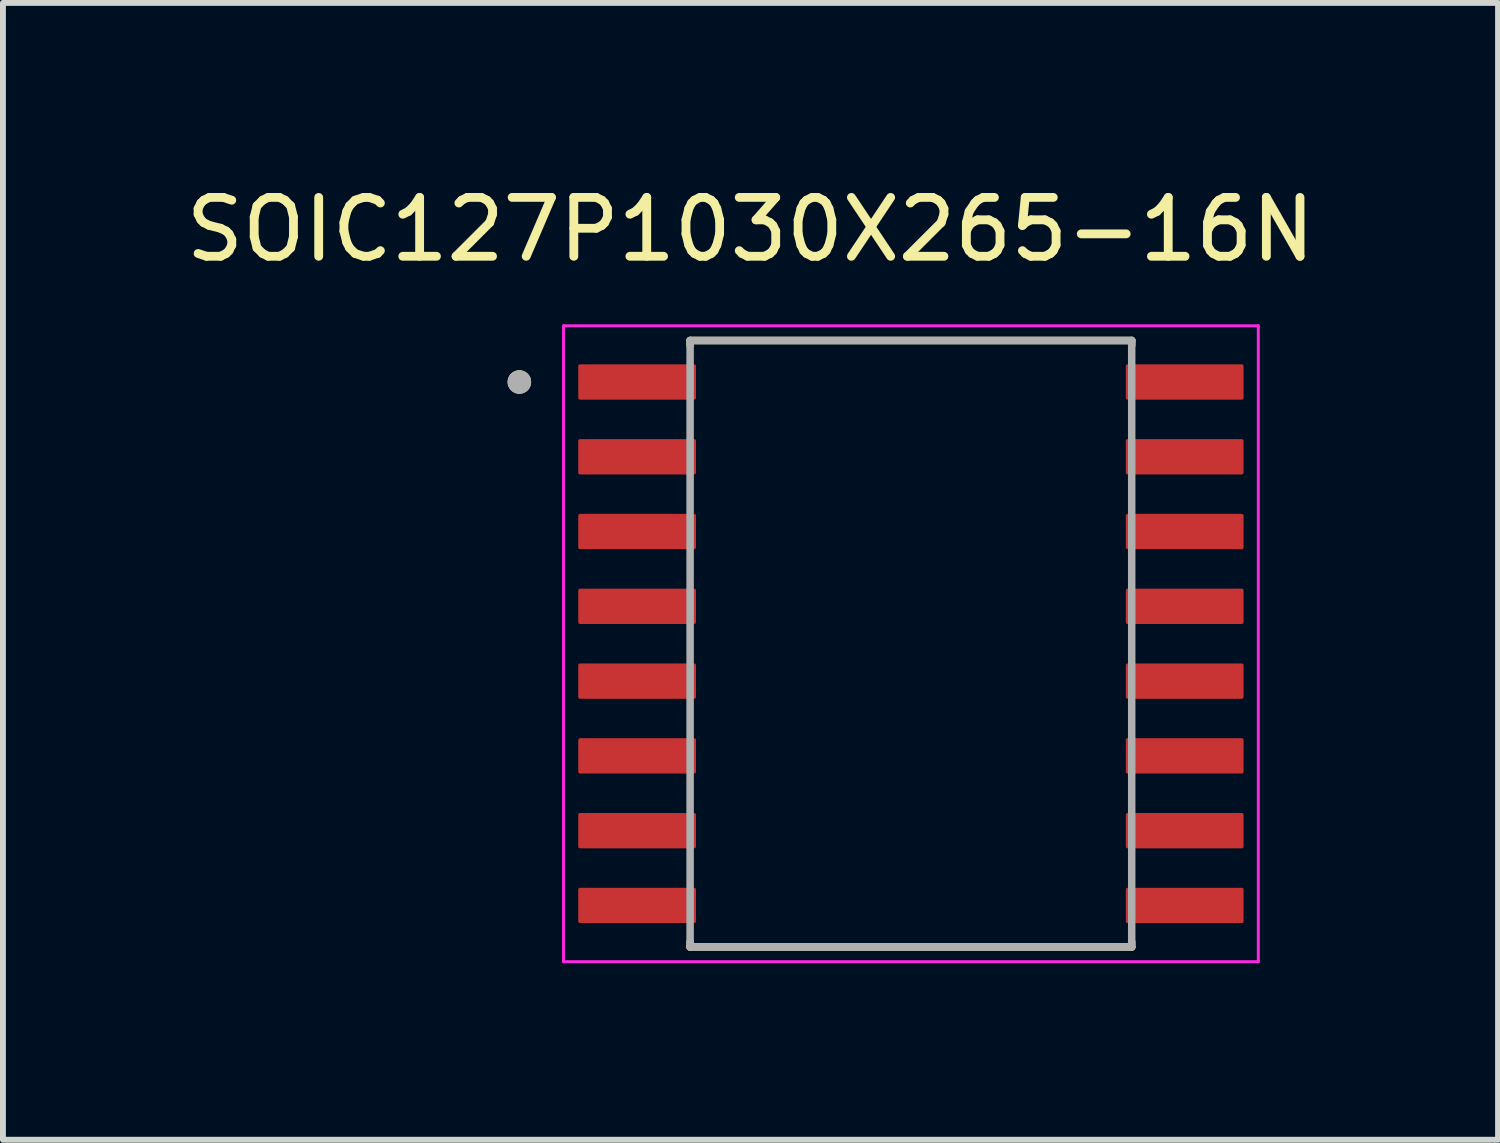
<source format=kicad_pcb>
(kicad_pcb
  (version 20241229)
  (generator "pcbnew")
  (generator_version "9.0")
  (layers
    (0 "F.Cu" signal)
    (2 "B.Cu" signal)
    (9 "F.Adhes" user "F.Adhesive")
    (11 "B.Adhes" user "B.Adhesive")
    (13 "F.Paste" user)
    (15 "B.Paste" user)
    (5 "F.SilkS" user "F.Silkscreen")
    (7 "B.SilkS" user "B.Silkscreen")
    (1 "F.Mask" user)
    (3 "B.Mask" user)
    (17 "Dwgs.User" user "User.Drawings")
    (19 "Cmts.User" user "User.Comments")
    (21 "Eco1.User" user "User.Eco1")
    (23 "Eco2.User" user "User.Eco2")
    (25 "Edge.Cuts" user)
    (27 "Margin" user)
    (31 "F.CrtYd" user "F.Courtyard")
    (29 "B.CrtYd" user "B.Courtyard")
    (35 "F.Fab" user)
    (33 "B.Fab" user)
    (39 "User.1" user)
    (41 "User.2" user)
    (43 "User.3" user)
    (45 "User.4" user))
  (footprint "SOIC127P1030X265-16N"
    (layer "F.Cu")
    (at 12.421 7.883)
    (property "Reference" "SOIC127P1030X265-16N" (at -2.725 -7.035 0) (layer "F.SilkS") (effects (font (size 1 1) (thickness 0.15))))
    (attr smd)
    (fp_poly (pts (xy -3.58 -4.765) (xy -3.58 -4.125) (xy -3.58 -4.122) (xy -3.58 -4.12) (xy -3.581 -4.117) (xy -3.581 -4.115) (xy -3.582 -4.112) (xy -3.582 -4.11) (xy -3.583 -4.107) (xy -3.584 -4.105) (xy -3.585 -4.102) (xy -3.587 -4.1) (xy -3.588 -4.098) (xy -3.59 -4.096) (xy -3.591 -4.094) (xy -3.593 -4.092) (xy -3.595 -4.09) (xy -3.597 -4.088) (xy -3.599 -4.086) (xy -3.601 -4.085) (xy -3.603 -4.083) (xy -3.605 -4.082) (xy -3.607 -4.08) (xy -3.61 -4.079) (xy -3.612 -4.078) (xy -3.615 -4.077) (xy -3.617 -4.077) (xy -3.62 -4.076) (xy -3.622 -4.076) (xy -3.625 -4.075) (xy -3.627 -4.075) (xy -3.63 -4.075) (xy -5.67 -4.075) (xy -5.673 -4.075) (xy -5.675 -4.075) (xy -5.678 -4.076) (xy -5.68 -4.076) (xy -5.683 -4.077) (xy -5.685 -4.077) (xy -5.688 -4.078) (xy -5.69 -4.079) (xy -5.693 -4.08) (xy -5.695 -4.082) (xy -5.697 -4.083) (xy -5.699 -4.085) (xy -5.701 -4.086) (xy -5.703 -4.088) (xy -5.705 -4.09) (xy -5.707 -4.092) (xy -5.709 -4.094) (xy -5.71 -4.096) (xy -5.712 -4.098) (xy -5.713 -4.1) (xy -5.715 -4.102) (xy -5.716 -4.105) (xy -5.717 -4.107) (xy -5.718 -4.11) (xy -5.718 -4.112) (xy -5.719 -4.115) (xy -5.719 -4.117) (xy -5.72 -4.12) (xy -5.72 -4.122) (xy -5.72 -4.125) (xy -5.72 -4.765) (xy -5.72 -4.768) (xy -5.72 -4.77) (xy -5.719 -4.773) (xy -5.719 -4.775) (xy -5.718 -4.778) (xy -5.718 -4.78) (xy -5.717 -4.783) (xy -5.716 -4.785) (xy -5.715 -4.788) (xy -5.713 -4.79) (xy -5.712 -4.792) (xy -5.71 -4.794) (xy -5.709 -4.796) (xy -5.707 -4.798) (xy -5.705 -4.8) (xy -5.703 -4.802) (xy -5.701 -4.804) (xy -5.699 -4.805) (xy -5.697 -4.807) (xy -5.695 -4.808) (xy -5.693 -4.81) (xy -5.69 -4.811) (xy -5.688 -4.812) (xy -5.685 -4.813) (xy -5.683 -4.813) (xy -5.68 -4.814) (xy -5.678 -4.814) (xy -5.675 -4.815) (xy -5.673 -4.815) (xy -5.67 -4.815) (xy -3.63 -4.815) (xy -3.627 -4.815) (xy -3.625 -4.815) (xy -3.622 -4.814) (xy -3.62 -4.814) (xy -3.617 -4.813) (xy -3.615 -4.813) (xy -3.612 -4.812) (xy -3.61 -4.811) (xy -3.607 -4.81) (xy -3.605 -4.808) (xy -3.603 -4.807) (xy -3.601 -4.805) (xy -3.599 -4.804) (xy -3.597 -4.802) (xy -3.595 -4.8) (xy -3.593 -4.798) (xy -3.591 -4.796) (xy -3.59 -4.794) (xy -3.588 -4.792) (xy -3.587 -4.79) (xy -3.585 -4.788) (xy -3.584 -4.785) (xy -3.583 -4.783) (xy -3.582 -4.78) (xy -3.582 -4.778) (xy -3.581 -4.775) (xy -3.581 -4.773) (xy -3.58 -4.77) (xy -3.58 -4.768) (xy -3.58 -4.765)) (stroke (width 0.01) (type solid)) (fill yes) (layer "F.Mask"))
    (fp_poly (pts (xy -3.58 -3.495) (xy -3.58 -2.855) (xy -3.58 -2.852) (xy -3.58 -2.85) (xy -3.581 -2.847) (xy -3.581 -2.845) (xy -3.582 -2.842) (xy -3.582 -2.84) (xy -3.583 -2.837) (xy -3.584 -2.835) (xy -3.585 -2.832) (xy -3.587 -2.83) (xy -3.588 -2.828) (xy -3.59 -2.826) (xy -3.591 -2.824) (xy -3.593 -2.822) (xy -3.595 -2.82) (xy -3.597 -2.818) (xy -3.599 -2.816) (xy -3.601 -2.815) (xy -3.603 -2.813) (xy -3.605 -2.812) (xy -3.607 -2.81) (xy -3.61 -2.809) (xy -3.612 -2.808) (xy -3.615 -2.807) (xy -3.617 -2.807) (xy -3.62 -2.806) (xy -3.622 -2.806) (xy -3.625 -2.805) (xy -3.627 -2.805) (xy -3.63 -2.805) (xy -5.67 -2.805) (xy -5.673 -2.805) (xy -5.675 -2.805) (xy -5.678 -2.806) (xy -5.68 -2.806) (xy -5.683 -2.807) (xy -5.685 -2.807) (xy -5.688 -2.808) (xy -5.69 -2.809) (xy -5.693 -2.81) (xy -5.695 -2.812) (xy -5.697 -2.813) (xy -5.699 -2.815) (xy -5.701 -2.816) (xy -5.703 -2.818) (xy -5.705 -2.82) (xy -5.707 -2.822) (xy -5.709 -2.824) (xy -5.71 -2.826) (xy -5.712 -2.828) (xy -5.713 -2.83) (xy -5.715 -2.832) (xy -5.716 -2.835) (xy -5.717 -2.837) (xy -5.718 -2.84) (xy -5.718 -2.842) (xy -5.719 -2.845) (xy -5.719 -2.847) (xy -5.72 -2.85) (xy -5.72 -2.852) (xy -5.72 -2.855) (xy -5.72 -3.495) (xy -5.72 -3.498) (xy -5.72 -3.5) (xy -5.719 -3.503) (xy -5.719 -3.505) (xy -5.718 -3.508) (xy -5.718 -3.51) (xy -5.717 -3.513) (xy -5.716 -3.515) (xy -5.715 -3.518) (xy -5.713 -3.52) (xy -5.712 -3.522) (xy -5.71 -3.524) (xy -5.709 -3.526) (xy -5.707 -3.528) (xy -5.705 -3.53) (xy -5.703 -3.532) (xy -5.701 -3.534) (xy -5.699 -3.535) (xy -5.697 -3.537) (xy -5.695 -3.538) (xy -5.693 -3.54) (xy -5.69 -3.541) (xy -5.688 -3.542) (xy -5.685 -3.543) (xy -5.683 -3.543) (xy -5.68 -3.544) (xy -5.678 -3.544) (xy -5.675 -3.545) (xy -5.673 -3.545) (xy -5.67 -3.545) (xy -3.63 -3.545) (xy -3.627 -3.545) (xy -3.625 -3.545) (xy -3.622 -3.544) (xy -3.62 -3.544) (xy -3.617 -3.543) (xy -3.615 -3.543) (xy -3.612 -3.542) (xy -3.61 -3.541) (xy -3.607 -3.54) (xy -3.605 -3.538) (xy -3.603 -3.537) (xy -3.601 -3.535) (xy -3.599 -3.534) (xy -3.597 -3.532) (xy -3.595 -3.53) (xy -3.593 -3.528) (xy -3.591 -3.526) (xy -3.59 -3.524) (xy -3.588 -3.522) (xy -3.587 -3.52) (xy -3.585 -3.518) (xy -3.584 -3.515) (xy -3.583 -3.513) (xy -3.582 -3.51) (xy -3.582 -3.508) (xy -3.581 -3.505) (xy -3.581 -3.503) (xy -3.58 -3.5) (xy -3.58 -3.498) (xy -3.58 -3.495)) (stroke (width 0.01) (type solid)) (fill yes) (layer "F.Mask"))
    (fp_poly (pts (xy -3.58 -2.225) (xy -3.58 -1.585) (xy -3.58 -1.582) (xy -3.58 -1.58) (xy -3.581 -1.577) (xy -3.581 -1.575) (xy -3.582 -1.572) (xy -3.582 -1.57) (xy -3.583 -1.567) (xy -3.584 -1.565) (xy -3.585 -1.562) (xy -3.587 -1.56) (xy -3.588 -1.558) (xy -3.59 -1.556) (xy -3.591 -1.554) (xy -3.593 -1.552) (xy -3.595 -1.55) (xy -3.597 -1.548) (xy -3.599 -1.546) (xy -3.601 -1.545) (xy -3.603 -1.543) (xy -3.605 -1.542) (xy -3.607 -1.54) (xy -3.61 -1.539) (xy -3.612 -1.538) (xy -3.615 -1.537) (xy -3.617 -1.537) (xy -3.62 -1.536) (xy -3.622 -1.536) (xy -3.625 -1.535) (xy -3.627 -1.535) (xy -3.63 -1.535) (xy -5.67 -1.535) (xy -5.673 -1.535) (xy -5.675 -1.535) (xy -5.678 -1.536) (xy -5.68 -1.536) (xy -5.683 -1.537) (xy -5.685 -1.537) (xy -5.688 -1.538) (xy -5.69 -1.539) (xy -5.693 -1.54) (xy -5.695 -1.542) (xy -5.697 -1.543) (xy -5.699 -1.545) (xy -5.701 -1.546) (xy -5.703 -1.548) (xy -5.705 -1.55) (xy -5.707 -1.552) (xy -5.709 -1.554) (xy -5.71 -1.556) (xy -5.712 -1.558) (xy -5.713 -1.56) (xy -5.715 -1.562) (xy -5.716 -1.565) (xy -5.717 -1.567) (xy -5.718 -1.57) (xy -5.718 -1.572) (xy -5.719 -1.575) (xy -5.719 -1.577) (xy -5.72 -1.58) (xy -5.72 -1.582) (xy -5.72 -1.585) (xy -5.72 -2.225) (xy -5.72 -2.228) (xy -5.72 -2.23) (xy -5.719 -2.233) (xy -5.719 -2.235) (xy -5.718 -2.238) (xy -5.718 -2.24) (xy -5.717 -2.243) (xy -5.716 -2.245) (xy -5.715 -2.248) (xy -5.713 -2.25) (xy -5.712 -2.252) (xy -5.71 -2.254) (xy -5.709 -2.256) (xy -5.707 -2.258) (xy -5.705 -2.26) (xy -5.703 -2.262) (xy -5.701 -2.264) (xy -5.699 -2.265) (xy -5.697 -2.267) (xy -5.695 -2.268) (xy -5.693 -2.27) (xy -5.69 -2.271) (xy -5.688 -2.272) (xy -5.685 -2.273) (xy -5.683 -2.273) (xy -5.68 -2.274) (xy -5.678 -2.274) (xy -5.675 -2.275) (xy -5.673 -2.275) (xy -5.67 -2.275) (xy -3.63 -2.275) (xy -3.627 -2.275) (xy -3.625 -2.275) (xy -3.622 -2.274) (xy -3.62 -2.274) (xy -3.617 -2.273) (xy -3.615 -2.273) (xy -3.612 -2.272) (xy -3.61 -2.271) (xy -3.607 -2.27) (xy -3.605 -2.268) (xy -3.603 -2.267) (xy -3.601 -2.265) (xy -3.599 -2.264) (xy -3.597 -2.262) (xy -3.595 -2.26) (xy -3.593 -2.258) (xy -3.591 -2.256) (xy -3.59 -2.254) (xy -3.588 -2.252) (xy -3.587 -2.25) (xy -3.585 -2.248) (xy -3.584 -2.245) (xy -3.583 -2.243) (xy -3.582 -2.24) (xy -3.582 -2.238) (xy -3.581 -2.235) (xy -3.581 -2.233) (xy -3.58 -2.23) (xy -3.58 -2.228) (xy -3.58 -2.225)) (stroke (width 0.01) (type solid)) (fill yes) (layer "F.Mask"))
    (fp_poly (pts (xy -3.58 -0.955) (xy -3.58 -0.315) (xy -3.58 -0.312) (xy -3.58 -0.31) (xy -3.581 -0.307) (xy -3.581 -0.305) (xy -3.582 -0.302) (xy -3.582 -0.3) (xy -3.583 -0.297) (xy -3.584 -0.295) (xy -3.585 -0.292) (xy -3.587 -0.29) (xy -3.588 -0.288) (xy -3.59 -0.286) (xy -3.591 -0.284) (xy -3.593 -0.282) (xy -3.595 -0.28) (xy -3.597 -0.278) (xy -3.599 -0.276) (xy -3.601 -0.275) (xy -3.603 -0.273) (xy -3.605 -0.272) (xy -3.607 -0.27) (xy -3.61 -0.269) (xy -3.612 -0.268) (xy -3.615 -0.267) (xy -3.617 -0.267) (xy -3.62 -0.266) (xy -3.622 -0.266) (xy -3.625 -0.265) (xy -3.627 -0.265) (xy -3.63 -0.265) (xy -5.67 -0.265) (xy -5.673 -0.265) (xy -5.675 -0.265) (xy -5.678 -0.266) (xy -5.68 -0.266) (xy -5.683 -0.267) (xy -5.685 -0.267) (xy -5.688 -0.268) (xy -5.69 -0.269) (xy -5.693 -0.27) (xy -5.695 -0.272) (xy -5.697 -0.273) (xy -5.699 -0.275) (xy -5.701 -0.276) (xy -5.703 -0.278) (xy -5.705 -0.28) (xy -5.707 -0.282) (xy -5.709 -0.284) (xy -5.71 -0.286) (xy -5.712 -0.288) (xy -5.713 -0.29) (xy -5.715 -0.292) (xy -5.716 -0.295) (xy -5.717 -0.297) (xy -5.718 -0.3) (xy -5.718 -0.302) (xy -5.719 -0.305) (xy -5.719 -0.307) (xy -5.72 -0.31) (xy -5.72 -0.312) (xy -5.72 -0.315) (xy -5.72 -0.955) (xy -5.72 -0.958) (xy -5.72 -0.96) (xy -5.719 -0.963) (xy -5.719 -0.965) (xy -5.718 -0.968) (xy -5.718 -0.97) (xy -5.717 -0.973) (xy -5.716 -0.975) (xy -5.715 -0.978) (xy -5.713 -0.98) (xy -5.712 -0.982) (xy -5.71 -0.984) (xy -5.709 -0.986) (xy -5.707 -0.988) (xy -5.705 -0.99) (xy -5.703 -0.992) (xy -5.701 -0.994) (xy -5.699 -0.995) (xy -5.697 -0.997) (xy -5.695 -0.998) (xy -5.693 -1) (xy -5.69 -1.001) (xy -5.688 -1.002) (xy -5.685 -1.003) (xy -5.683 -1.003) (xy -5.68 -1.004) (xy -5.678 -1.004) (xy -5.675 -1.005) (xy -5.673 -1.005) (xy -5.67 -1.005) (xy -3.63 -1.005) (xy -3.627 -1.005) (xy -3.625 -1.005) (xy -3.622 -1.004) (xy -3.62 -1.004) (xy -3.617 -1.003) (xy -3.615 -1.003) (xy -3.612 -1.002) (xy -3.61 -1.001) (xy -3.607 -1) (xy -3.605 -0.998) (xy -3.603 -0.997) (xy -3.601 -0.995) (xy -3.599 -0.994) (xy -3.597 -0.992) (xy -3.595 -0.99) (xy -3.593 -0.988) (xy -3.591 -0.986) (xy -3.59 -0.984) (xy -3.588 -0.982) (xy -3.587 -0.98) (xy -3.585 -0.978) (xy -3.584 -0.975) (xy -3.583 -0.973) (xy -3.582 -0.97) (xy -3.582 -0.968) (xy -3.581 -0.965) (xy -3.581 -0.963) (xy -3.58 -0.96) (xy -3.58 -0.958) (xy -3.58 -0.955)) (stroke (width 0.01) (type solid)) (fill yes) (layer "F.Mask"))
    (fp_poly (pts (xy -3.58 0.315) (xy -3.58 0.955) (xy -3.58 0.958) (xy -3.58 0.96) (xy -3.581 0.963) (xy -3.581 0.965) (xy -3.582 0.968) (xy -3.582 0.97) (xy -3.583 0.973) (xy -3.584 0.975) (xy -3.585 0.978) (xy -3.587 0.98) (xy -3.588 0.982) (xy -3.59 0.984) (xy -3.591 0.986) (xy -3.593 0.988) (xy -3.595 0.99) (xy -3.597 0.992) (xy -3.599 0.994) (xy -3.601 0.995) (xy -3.603 0.997) (xy -3.605 0.998) (xy -3.607 1) (xy -3.61 1.001) (xy -3.612 1.002) (xy -3.615 1.003) (xy -3.617 1.003) (xy -3.62 1.004) (xy -3.622 1.004) (xy -3.625 1.005) (xy -3.627 1.005) (xy -3.63 1.005) (xy -5.67 1.005) (xy -5.673 1.005) (xy -5.675 1.005) (xy -5.678 1.004) (xy -5.68 1.004) (xy -5.683 1.003) (xy -5.685 1.003) (xy -5.688 1.002) (xy -5.69 1.001) (xy -5.693 1) (xy -5.695 0.998) (xy -5.697 0.997) (xy -5.699 0.995) (xy -5.701 0.994) (xy -5.703 0.992) (xy -5.705 0.99) (xy -5.707 0.988) (xy -5.709 0.986) (xy -5.71 0.984) (xy -5.712 0.982) (xy -5.713 0.98) (xy -5.715 0.978) (xy -5.716 0.975) (xy -5.717 0.973) (xy -5.718 0.97) (xy -5.718 0.968) (xy -5.719 0.965) (xy -5.719 0.963) (xy -5.72 0.96) (xy -5.72 0.958) (xy -5.72 0.955) (xy -5.72 0.315) (xy -5.72 0.312) (xy -5.72 0.31) (xy -5.719 0.307) (xy -5.719 0.305) (xy -5.718 0.302) (xy -5.718 0.3) (xy -5.717 0.297) (xy -5.716 0.295) (xy -5.715 0.292) (xy -5.713 0.29) (xy -5.712 0.288) (xy -5.71 0.286) (xy -5.709 0.284) (xy -5.707 0.282) (xy -5.705 0.28) (xy -5.703 0.278) (xy -5.701 0.276) (xy -5.699 0.275) (xy -5.697 0.273) (xy -5.695 0.272) (xy -5.693 0.27) (xy -5.69 0.269) (xy -5.688 0.268) (xy -5.685 0.267) (xy -5.683 0.267) (xy -5.68 0.266) (xy -5.678 0.266) (xy -5.675 0.265) (xy -5.673 0.265) (xy -5.67 0.265) (xy -3.63 0.265) (xy -3.627 0.265) (xy -3.625 0.265) (xy -3.622 0.266) (xy -3.62 0.266) (xy -3.617 0.267) (xy -3.615 0.267) (xy -3.612 0.268) (xy -3.61 0.269) (xy -3.607 0.27) (xy -3.605 0.272) (xy -3.603 0.273) (xy -3.601 0.275) (xy -3.599 0.276) (xy -3.597 0.278) (xy -3.595 0.28) (xy -3.593 0.282) (xy -3.591 0.284) (xy -3.59 0.286) (xy -3.588 0.288) (xy -3.587 0.29) (xy -3.585 0.292) (xy -3.584 0.295) (xy -3.583 0.297) (xy -3.582 0.3) (xy -3.582 0.302) (xy -3.581 0.305) (xy -3.581 0.307) (xy -3.58 0.31) (xy -3.58 0.312) (xy -3.58 0.315)) (stroke (width 0.01) (type solid)) (fill yes) (layer "F.Mask"))
    (fp_poly (pts (xy -3.58 1.585) (xy -3.58 2.225) (xy -3.58 2.228) (xy -3.58 2.23) (xy -3.581 2.233) (xy -3.581 2.235) (xy -3.582 2.238) (xy -3.582 2.24) (xy -3.583 2.243) (xy -3.584 2.245) (xy -3.585 2.248) (xy -3.587 2.25) (xy -3.588 2.252) (xy -3.59 2.254) (xy -3.591 2.256) (xy -3.593 2.258) (xy -3.595 2.26) (xy -3.597 2.262) (xy -3.599 2.264) (xy -3.601 2.265) (xy -3.603 2.267) (xy -3.605 2.268) (xy -3.607 2.27) (xy -3.61 2.271) (xy -3.612 2.272) (xy -3.615 2.273) (xy -3.617 2.273) (xy -3.62 2.274) (xy -3.622 2.274) (xy -3.625 2.275) (xy -3.627 2.275) (xy -3.63 2.275) (xy -5.67 2.275) (xy -5.673 2.275) (xy -5.675 2.275) (xy -5.678 2.274) (xy -5.68 2.274) (xy -5.683 2.273) (xy -5.685 2.273) (xy -5.688 2.272) (xy -5.69 2.271) (xy -5.693 2.27) (xy -5.695 2.268) (xy -5.697 2.267) (xy -5.699 2.265) (xy -5.701 2.264) (xy -5.703 2.262) (xy -5.705 2.26) (xy -5.707 2.258) (xy -5.709 2.256) (xy -5.71 2.254) (xy -5.712 2.252) (xy -5.713 2.25) (xy -5.715 2.248) (xy -5.716 2.245) (xy -5.717 2.243) (xy -5.718 2.24) (xy -5.718 2.238) (xy -5.719 2.235) (xy -5.719 2.233) (xy -5.72 2.23) (xy -5.72 2.228) (xy -5.72 2.225) (xy -5.72 1.585) (xy -5.72 1.582) (xy -5.72 1.58) (xy -5.719 1.577) (xy -5.719 1.575) (xy -5.718 1.572) (xy -5.718 1.57) (xy -5.717 1.567) (xy -5.716 1.565) (xy -5.715 1.562) (xy -5.713 1.56) (xy -5.712 1.558) (xy -5.71 1.556) (xy -5.709 1.554) (xy -5.707 1.552) (xy -5.705 1.55) (xy -5.703 1.548) (xy -5.701 1.546) (xy -5.699 1.545) (xy -5.697 1.543) (xy -5.695 1.542) (xy -5.693 1.54) (xy -5.69 1.539) (xy -5.688 1.538) (xy -5.685 1.537) (xy -5.683 1.537) (xy -5.68 1.536) (xy -5.678 1.536) (xy -5.675 1.535) (xy -5.673 1.535) (xy -5.67 1.535) (xy -3.63 1.535) (xy -3.627 1.535) (xy -3.625 1.535) (xy -3.622 1.536) (xy -3.62 1.536) (xy -3.617 1.537) (xy -3.615 1.537) (xy -3.612 1.538) (xy -3.61 1.539) (xy -3.607 1.54) (xy -3.605 1.542) (xy -3.603 1.543) (xy -3.601 1.545) (xy -3.599 1.546) (xy -3.597 1.548) (xy -3.595 1.55) (xy -3.593 1.552) (xy -3.591 1.554) (xy -3.59 1.556) (xy -3.588 1.558) (xy -3.587 1.56) (xy -3.585 1.562) (xy -3.584 1.565) (xy -3.583 1.567) (xy -3.582 1.57) (xy -3.582 1.572) (xy -3.581 1.575) (xy -3.581 1.577) (xy -3.58 1.58) (xy -3.58 1.582) (xy -3.58 1.585)) (stroke (width 0.01) (type solid)) (fill yes) (layer "F.Mask"))
    (fp_poly (pts (xy -3.58 2.855) (xy -3.58 3.495) (xy -3.58 3.498) (xy -3.58 3.5) (xy -3.581 3.503) (xy -3.581 3.505) (xy -3.582 3.508) (xy -3.582 3.51) (xy -3.583 3.513) (xy -3.584 3.515) (xy -3.585 3.518) (xy -3.587 3.52) (xy -3.588 3.522) (xy -3.59 3.524) (xy -3.591 3.526) (xy -3.593 3.528) (xy -3.595 3.53) (xy -3.597 3.532) (xy -3.599 3.534) (xy -3.601 3.535) (xy -3.603 3.537) (xy -3.605 3.538) (xy -3.607 3.54) (xy -3.61 3.541) (xy -3.612 3.542) (xy -3.615 3.543) (xy -3.617 3.543) (xy -3.62 3.544) (xy -3.622 3.544) (xy -3.625 3.545) (xy -3.627 3.545) (xy -3.63 3.545) (xy -5.67 3.545) (xy -5.673 3.545) (xy -5.675 3.545) (xy -5.678 3.544) (xy -5.68 3.544) (xy -5.683 3.543) (xy -5.685 3.543) (xy -5.688 3.542) (xy -5.69 3.541) (xy -5.693 3.54) (xy -5.695 3.538) (xy -5.697 3.537) (xy -5.699 3.535) (xy -5.701 3.534) (xy -5.703 3.532) (xy -5.705 3.53) (xy -5.707 3.528) (xy -5.709 3.526) (xy -5.71 3.524) (xy -5.712 3.522) (xy -5.713 3.52) (xy -5.715 3.518) (xy -5.716 3.515) (xy -5.717 3.513) (xy -5.718 3.51) (xy -5.718 3.508) (xy -5.719 3.505) (xy -5.719 3.503) (xy -5.72 3.5) (xy -5.72 3.498) (xy -5.72 3.495) (xy -5.72 2.855) (xy -5.72 2.852) (xy -5.72 2.85) (xy -5.719 2.847) (xy -5.719 2.845) (xy -5.718 2.842) (xy -5.718 2.84) (xy -5.717 2.837) (xy -5.716 2.835) (xy -5.715 2.832) (xy -5.713 2.83) (xy -5.712 2.828) (xy -5.71 2.826) (xy -5.709 2.824) (xy -5.707 2.822) (xy -5.705 2.82) (xy -5.703 2.818) (xy -5.701 2.816) (xy -5.699 2.815) (xy -5.697 2.813) (xy -5.695 2.812) (xy -5.693 2.81) (xy -5.69 2.809) (xy -5.688 2.808) (xy -5.685 2.807) (xy -5.683 2.807) (xy -5.68 2.806) (xy -5.678 2.806) (xy -5.675 2.805) (xy -5.673 2.805) (xy -5.67 2.805) (xy -3.63 2.805) (xy -3.627 2.805) (xy -3.625 2.805) (xy -3.622 2.806) (xy -3.62 2.806) (xy -3.617 2.807) (xy -3.615 2.807) (xy -3.612 2.808) (xy -3.61 2.809) (xy -3.607 2.81) (xy -3.605 2.812) (xy -3.603 2.813) (xy -3.601 2.815) (xy -3.599 2.816) (xy -3.597 2.818) (xy -3.595 2.82) (xy -3.593 2.822) (xy -3.591 2.824) (xy -3.59 2.826) (xy -3.588 2.828) (xy -3.587 2.83) (xy -3.585 2.832) (xy -3.584 2.835) (xy -3.583 2.837) (xy -3.582 2.84) (xy -3.582 2.842) (xy -3.581 2.845) (xy -3.581 2.847) (xy -3.58 2.85) (xy -3.58 2.852) (xy -3.58 2.855)) (stroke (width 0.01) (type solid)) (fill yes) (layer "F.Mask"))
    (fp_poly (pts (xy -3.58 4.125) (xy -3.58 4.765) (xy -3.58 4.768) (xy -3.58 4.77) (xy -3.581 4.773) (xy -3.581 4.775) (xy -3.582 4.778) (xy -3.582 4.78) (xy -3.583 4.783) (xy -3.584 4.785) (xy -3.585 4.788) (xy -3.587 4.79) (xy -3.588 4.792) (xy -3.59 4.794) (xy -3.591 4.796) (xy -3.593 4.798) (xy -3.595 4.8) (xy -3.597 4.802) (xy -3.599 4.804) (xy -3.601 4.805) (xy -3.603 4.807) (xy -3.605 4.808) (xy -3.607 4.81) (xy -3.61 4.811) (xy -3.612 4.812) (xy -3.615 4.813) (xy -3.617 4.813) (xy -3.62 4.814) (xy -3.622 4.814) (xy -3.625 4.815) (xy -3.627 4.815) (xy -3.63 4.815) (xy -5.67 4.815) (xy -5.673 4.815) (xy -5.675 4.815) (xy -5.678 4.814) (xy -5.68 4.814) (xy -5.683 4.813) (xy -5.685 4.813) (xy -5.688 4.812) (xy -5.69 4.811) (xy -5.693 4.81) (xy -5.695 4.808) (xy -5.697 4.807) (xy -5.699 4.805) (xy -5.701 4.804) (xy -5.703 4.802) (xy -5.705 4.8) (xy -5.707 4.798) (xy -5.709 4.796) (xy -5.71 4.794) (xy -5.712 4.792) (xy -5.713 4.79) (xy -5.715 4.788) (xy -5.716 4.785) (xy -5.717 4.783) (xy -5.718 4.78) (xy -5.718 4.778) (xy -5.719 4.775) (xy -5.719 4.773) (xy -5.72 4.77) (xy -5.72 4.768) (xy -5.72 4.765) (xy -5.72 4.125) (xy -5.72 4.122) (xy -5.72 4.12) (xy -5.719 4.117) (xy -5.719 4.115) (xy -5.718 4.112) (xy -5.718 4.11) (xy -5.717 4.107) (xy -5.716 4.105) (xy -5.715 4.102) (xy -5.713 4.1) (xy -5.712 4.098) (xy -5.71 4.096) (xy -5.709 4.094) (xy -5.707 4.092) (xy -5.705 4.09) (xy -5.703 4.088) (xy -5.701 4.086) (xy -5.699 4.085) (xy -5.697 4.083) (xy -5.695 4.082) (xy -5.693 4.08) (xy -5.69 4.079) (xy -5.688 4.078) (xy -5.685 4.077) (xy -5.683 4.077) (xy -5.68 4.076) (xy -5.678 4.076) (xy -5.675 4.075) (xy -5.673 4.075) (xy -5.67 4.075) (xy -3.63 4.075) (xy -3.627 4.075) (xy -3.625 4.075) (xy -3.622 4.076) (xy -3.62 4.076) (xy -3.617 4.077) (xy -3.615 4.077) (xy -3.612 4.078) (xy -3.61 4.079) (xy -3.607 4.08) (xy -3.605 4.082) (xy -3.603 4.083) (xy -3.601 4.085) (xy -3.599 4.086) (xy -3.597 4.088) (xy -3.595 4.09) (xy -3.593 4.092) (xy -3.591 4.094) (xy -3.59 4.096) (xy -3.588 4.098) (xy -3.587 4.1) (xy -3.585 4.102) (xy -3.584 4.105) (xy -3.583 4.107) (xy -3.582 4.11) (xy -3.582 4.112) (xy -3.581 4.115) (xy -3.581 4.117) (xy -3.58 4.12) (xy -3.58 4.122) (xy -3.58 4.125)) (stroke (width 0.01) (type solid)) (fill yes) (layer "F.Mask"))
    (fp_poly (pts (xy 5.72 -4.765) (xy 5.72 -4.125) (xy 5.72 -4.122) (xy 5.72 -4.12) (xy 5.719 -4.117) (xy 5.719 -4.115) (xy 5.718 -4.112) (xy 5.718 -4.11) (xy 5.717 -4.107) (xy 5.716 -4.105) (xy 5.715 -4.102) (xy 5.713 -4.1) (xy 5.712 -4.098) (xy 5.71 -4.096) (xy 5.709 -4.094) (xy 5.707 -4.092) (xy 5.705 -4.09) (xy 5.703 -4.088) (xy 5.701 -4.086) (xy 5.699 -4.085) (xy 5.697 -4.083) (xy 5.695 -4.082) (xy 5.693 -4.08) (xy 5.69 -4.079) (xy 5.688 -4.078) (xy 5.685 -4.077) (xy 5.683 -4.077) (xy 5.68 -4.076) (xy 5.678 -4.076) (xy 5.675 -4.075) (xy 5.673 -4.075) (xy 5.67 -4.075) (xy 3.63 -4.075) (xy 3.627 -4.075) (xy 3.625 -4.075) (xy 3.622 -4.076) (xy 3.62 -4.076) (xy 3.617 -4.077) (xy 3.615 -4.077) (xy 3.612 -4.078) (xy 3.61 -4.079) (xy 3.607 -4.08) (xy 3.605 -4.082) (xy 3.603 -4.083) (xy 3.601 -4.085) (xy 3.599 -4.086) (xy 3.597 -4.088) (xy 3.595 -4.09) (xy 3.593 -4.092) (xy 3.591 -4.094) (xy 3.59 -4.096) (xy 3.588 -4.098) (xy 3.587 -4.1) (xy 3.585 -4.102) (xy 3.584 -4.105) (xy 3.583 -4.107) (xy 3.582 -4.11) (xy 3.582 -4.112) (xy 3.581 -4.115) (xy 3.581 -4.117) (xy 3.58 -4.12) (xy 3.58 -4.122) (xy 3.58 -4.125) (xy 3.58 -4.765) (xy 3.58 -4.768) (xy 3.58 -4.77) (xy 3.581 -4.773) (xy 3.581 -4.775) (xy 3.582 -4.778) (xy 3.582 -4.78) (xy 3.583 -4.783) (xy 3.584 -4.785) (xy 3.585 -4.788) (xy 3.587 -4.79) (xy 3.588 -4.792) (xy 3.59 -4.794) (xy 3.591 -4.796) (xy 3.593 -4.798) (xy 3.595 -4.8) (xy 3.597 -4.802) (xy 3.599 -4.804) (xy 3.601 -4.805) (xy 3.603 -4.807) (xy 3.605 -4.808) (xy 3.607 -4.81) (xy 3.61 -4.811) (xy 3.612 -4.812) (xy 3.615 -4.813) (xy 3.617 -4.813) (xy 3.62 -4.814) (xy 3.622 -4.814) (xy 3.625 -4.815) (xy 3.627 -4.815) (xy 3.63 -4.815) (xy 5.67 -4.815) (xy 5.673 -4.815) (xy 5.675 -4.815) (xy 5.678 -4.814) (xy 5.68 -4.814) (xy 5.683 -4.813) (xy 5.685 -4.813) (xy 5.688 -4.812) (xy 5.69 -4.811) (xy 5.693 -4.81) (xy 5.695 -4.808) (xy 5.697 -4.807) (xy 5.699 -4.805) (xy 5.701 -4.804) (xy 5.703 -4.802) (xy 5.705 -4.8) (xy 5.707 -4.798) (xy 5.709 -4.796) (xy 5.71 -4.794) (xy 5.712 -4.792) (xy 5.713 -4.79) (xy 5.715 -4.788) (xy 5.716 -4.785) (xy 5.717 -4.783) (xy 5.718 -4.78) (xy 5.718 -4.778) (xy 5.719 -4.775) (xy 5.719 -4.773) (xy 5.72 -4.77) (xy 5.72 -4.768) (xy 5.72 -4.765)) (stroke (width 0.01) (type solid)) (fill yes) (layer "F.Mask"))
    (fp_poly (pts (xy 5.72 -3.495) (xy 5.72 -2.855) (xy 5.72 -2.852) (xy 5.72 -2.85) (xy 5.719 -2.847) (xy 5.719 -2.845) (xy 5.718 -2.842) (xy 5.718 -2.84) (xy 5.717 -2.837) (xy 5.716 -2.835) (xy 5.715 -2.832) (xy 5.713 -2.83) (xy 5.712 -2.828) (xy 5.71 -2.826) (xy 5.709 -2.824) (xy 5.707 -2.822) (xy 5.705 -2.82) (xy 5.703 -2.818) (xy 5.701 -2.816) (xy 5.699 -2.815) (xy 5.697 -2.813) (xy 5.695 -2.812) (xy 5.693 -2.81) (xy 5.69 -2.809) (xy 5.688 -2.808) (xy 5.685 -2.807) (xy 5.683 -2.807) (xy 5.68 -2.806) (xy 5.678 -2.806) (xy 5.675 -2.805) (xy 5.673 -2.805) (xy 5.67 -2.805) (xy 3.63 -2.805) (xy 3.627 -2.805) (xy 3.625 -2.805) (xy 3.622 -2.806) (xy 3.62 -2.806) (xy 3.617 -2.807) (xy 3.615 -2.807) (xy 3.612 -2.808) (xy 3.61 -2.809) (xy 3.607 -2.81) (xy 3.605 -2.812) (xy 3.603 -2.813) (xy 3.601 -2.815) (xy 3.599 -2.816) (xy 3.597 -2.818) (xy 3.595 -2.82) (xy 3.593 -2.822) (xy 3.591 -2.824) (xy 3.59 -2.826) (xy 3.588 -2.828) (xy 3.587 -2.83) (xy 3.585 -2.832) (xy 3.584 -2.835) (xy 3.583 -2.837) (xy 3.582 -2.84) (xy 3.582 -2.842) (xy 3.581 -2.845) (xy 3.581 -2.847) (xy 3.58 -2.85) (xy 3.58 -2.852) (xy 3.58 -2.855) (xy 3.58 -3.495) (xy 3.58 -3.498) (xy 3.58 -3.5) (xy 3.581 -3.503) (xy 3.581 -3.505) (xy 3.582 -3.508) (xy 3.582 -3.51) (xy 3.583 -3.513) (xy 3.584 -3.515) (xy 3.585 -3.518) (xy 3.587 -3.52) (xy 3.588 -3.522) (xy 3.59 -3.524) (xy 3.591 -3.526) (xy 3.593 -3.528) (xy 3.595 -3.53) (xy 3.597 -3.532) (xy 3.599 -3.534) (xy 3.601 -3.535) (xy 3.603 -3.537) (xy 3.605 -3.538) (xy 3.607 -3.54) (xy 3.61 -3.541) (xy 3.612 -3.542) (xy 3.615 -3.543) (xy 3.617 -3.543) (xy 3.62 -3.544) (xy 3.622 -3.544) (xy 3.625 -3.545) (xy 3.627 -3.545) (xy 3.63 -3.545) (xy 5.67 -3.545) (xy 5.673 -3.545) (xy 5.675 -3.545) (xy 5.678 -3.544) (xy 5.68 -3.544) (xy 5.683 -3.543) (xy 5.685 -3.543) (xy 5.688 -3.542) (xy 5.69 -3.541) (xy 5.693 -3.54) (xy 5.695 -3.538) (xy 5.697 -3.537) (xy 5.699 -3.535) (xy 5.701 -3.534) (xy 5.703 -3.532) (xy 5.705 -3.53) (xy 5.707 -3.528) (xy 5.709 -3.526) (xy 5.71 -3.524) (xy 5.712 -3.522) (xy 5.713 -3.52) (xy 5.715 -3.518) (xy 5.716 -3.515) (xy 5.717 -3.513) (xy 5.718 -3.51) (xy 5.718 -3.508) (xy 5.719 -3.505) (xy 5.719 -3.503) (xy 5.72 -3.5) (xy 5.72 -3.498) (xy 5.72 -3.495)) (stroke (width 0.01) (type solid)) (fill yes) (layer "F.Mask"))
    (fp_poly (pts (xy 5.72 -2.225) (xy 5.72 -1.585) (xy 5.72 -1.582) (xy 5.72 -1.58) (xy 5.719 -1.577) (xy 5.719 -1.575) (xy 5.718 -1.572) (xy 5.718 -1.57) (xy 5.717 -1.567) (xy 5.716 -1.565) (xy 5.715 -1.562) (xy 5.713 -1.56) (xy 5.712 -1.558) (xy 5.71 -1.556) (xy 5.709 -1.554) (xy 5.707 -1.552) (xy 5.705 -1.55) (xy 5.703 -1.548) (xy 5.701 -1.546) (xy 5.699 -1.545) (xy 5.697 -1.543) (xy 5.695 -1.542) (xy 5.693 -1.54) (xy 5.69 -1.539) (xy 5.688 -1.538) (xy 5.685 -1.537) (xy 5.683 -1.537) (xy 5.68 -1.536) (xy 5.678 -1.536) (xy 5.675 -1.535) (xy 5.673 -1.535) (xy 5.67 -1.535) (xy 3.63 -1.535) (xy 3.627 -1.535) (xy 3.625 -1.535) (xy 3.622 -1.536) (xy 3.62 -1.536) (xy 3.617 -1.537) (xy 3.615 -1.537) (xy 3.612 -1.538) (xy 3.61 -1.539) (xy 3.607 -1.54) (xy 3.605 -1.542) (xy 3.603 -1.543) (xy 3.601 -1.545) (xy 3.599 -1.546) (xy 3.597 -1.548) (xy 3.595 -1.55) (xy 3.593 -1.552) (xy 3.591 -1.554) (xy 3.59 -1.556) (xy 3.588 -1.558) (xy 3.587 -1.56) (xy 3.585 -1.562) (xy 3.584 -1.565) (xy 3.583 -1.567) (xy 3.582 -1.57) (xy 3.582 -1.572) (xy 3.581 -1.575) (xy 3.581 -1.577) (xy 3.58 -1.58) (xy 3.58 -1.582) (xy 3.58 -1.585) (xy 3.58 -2.225) (xy 3.58 -2.228) (xy 3.58 -2.23) (xy 3.581 -2.233) (xy 3.581 -2.235) (xy 3.582 -2.238) (xy 3.582 -2.24) (xy 3.583 -2.243) (xy 3.584 -2.245) (xy 3.585 -2.248) (xy 3.587 -2.25) (xy 3.588 -2.252) (xy 3.59 -2.254) (xy 3.591 -2.256) (xy 3.593 -2.258) (xy 3.595 -2.26) (xy 3.597 -2.262) (xy 3.599 -2.264) (xy 3.601 -2.265) (xy 3.603 -2.267) (xy 3.605 -2.268) (xy 3.607 -2.27) (xy 3.61 -2.271) (xy 3.612 -2.272) (xy 3.615 -2.273) (xy 3.617 -2.273) (xy 3.62 -2.274) (xy 3.622 -2.274) (xy 3.625 -2.275) (xy 3.627 -2.275) (xy 3.63 -2.275) (xy 5.67 -2.275) (xy 5.673 -2.275) (xy 5.675 -2.275) (xy 5.678 -2.274) (xy 5.68 -2.274) (xy 5.683 -2.273) (xy 5.685 -2.273) (xy 5.688 -2.272) (xy 5.69 -2.271) (xy 5.693 -2.27) (xy 5.695 -2.268) (xy 5.697 -2.267) (xy 5.699 -2.265) (xy 5.701 -2.264) (xy 5.703 -2.262) (xy 5.705 -2.26) (xy 5.707 -2.258) (xy 5.709 -2.256) (xy 5.71 -2.254) (xy 5.712 -2.252) (xy 5.713 -2.25) (xy 5.715 -2.248) (xy 5.716 -2.245) (xy 5.717 -2.243) (xy 5.718 -2.24) (xy 5.718 -2.238) (xy 5.719 -2.235) (xy 5.719 -2.233) (xy 5.72 -2.23) (xy 5.72 -2.228) (xy 5.72 -2.225)) (stroke (width 0.01) (type solid)) (fill yes) (layer "F.Mask"))
    (fp_poly (pts (xy 5.72 -0.955) (xy 5.72 -0.315) (xy 5.72 -0.312) (xy 5.72 -0.31) (xy 5.719 -0.307) (xy 5.719 -0.305) (xy 5.718 -0.302) (xy 5.718 -0.3) (xy 5.717 -0.297) (xy 5.716 -0.295) (xy 5.715 -0.292) (xy 5.713 -0.29) (xy 5.712 -0.288) (xy 5.71 -0.286) (xy 5.709 -0.284) (xy 5.707 -0.282) (xy 5.705 -0.28) (xy 5.703 -0.278) (xy 5.701 -0.276) (xy 5.699 -0.275) (xy 5.697 -0.273) (xy 5.695 -0.272) (xy 5.693 -0.27) (xy 5.69 -0.269) (xy 5.688 -0.268) (xy 5.685 -0.267) (xy 5.683 -0.267) (xy 5.68 -0.266) (xy 5.678 -0.266) (xy 5.675 -0.265) (xy 5.673 -0.265) (xy 5.67 -0.265) (xy 3.63 -0.265) (xy 3.627 -0.265) (xy 3.625 -0.265) (xy 3.622 -0.266) (xy 3.62 -0.266) (xy 3.617 -0.267) (xy 3.615 -0.267) (xy 3.612 -0.268) (xy 3.61 -0.269) (xy 3.607 -0.27) (xy 3.605 -0.272) (xy 3.603 -0.273) (xy 3.601 -0.275) (xy 3.599 -0.276) (xy 3.597 -0.278) (xy 3.595 -0.28) (xy 3.593 -0.282) (xy 3.591 -0.284) (xy 3.59 -0.286) (xy 3.588 -0.288) (xy 3.587 -0.29) (xy 3.585 -0.292) (xy 3.584 -0.295) (xy 3.583 -0.297) (xy 3.582 -0.3) (xy 3.582 -0.302) (xy 3.581 -0.305) (xy 3.581 -0.307) (xy 3.58 -0.31) (xy 3.58 -0.312) (xy 3.58 -0.315) (xy 3.58 -0.955) (xy 3.58 -0.958) (xy 3.58 -0.96) (xy 3.581 -0.963) (xy 3.581 -0.965) (xy 3.582 -0.968) (xy 3.582 -0.97) (xy 3.583 -0.973) (xy 3.584 -0.975) (xy 3.585 -0.978) (xy 3.587 -0.98) (xy 3.588 -0.982) (xy 3.59 -0.984) (xy 3.591 -0.986) (xy 3.593 -0.988) (xy 3.595 -0.99) (xy 3.597 -0.992) (xy 3.599 -0.994) (xy 3.601 -0.995) (xy 3.603 -0.997) (xy 3.605 -0.998) (xy 3.607 -1) (xy 3.61 -1.001) (xy 3.612 -1.002) (xy 3.615 -1.003) (xy 3.617 -1.003) (xy 3.62 -1.004) (xy 3.622 -1.004) (xy 3.625 -1.005) (xy 3.627 -1.005) (xy 3.63 -1.005) (xy 5.67 -1.005) (xy 5.673 -1.005) (xy 5.675 -1.005) (xy 5.678 -1.004) (xy 5.68 -1.004) (xy 5.683 -1.003) (xy 5.685 -1.003) (xy 5.688 -1.002) (xy 5.69 -1.001) (xy 5.693 -1) (xy 5.695 -0.998) (xy 5.697 -0.997) (xy 5.699 -0.995) (xy 5.701 -0.994) (xy 5.703 -0.992) (xy 5.705 -0.99) (xy 5.707 -0.988) (xy 5.709 -0.986) (xy 5.71 -0.984) (xy 5.712 -0.982) (xy 5.713 -0.98) (xy 5.715 -0.978) (xy 5.716 -0.975) (xy 5.717 -0.973) (xy 5.718 -0.97) (xy 5.718 -0.968) (xy 5.719 -0.965) (xy 5.719 -0.963) (xy 5.72 -0.96) (xy 5.72 -0.958) (xy 5.72 -0.955)) (stroke (width 0.01) (type solid)) (fill yes) (layer "F.Mask"))
    (fp_poly (pts (xy 5.72 0.315) (xy 5.72 0.955) (xy 5.72 0.958) (xy 5.72 0.96) (xy 5.719 0.963) (xy 5.719 0.965) (xy 5.718 0.968) (xy 5.718 0.97) (xy 5.717 0.973) (xy 5.716 0.975) (xy 5.715 0.978) (xy 5.713 0.98) (xy 5.712 0.982) (xy 5.71 0.984) (xy 5.709 0.986) (xy 5.707 0.988) (xy 5.705 0.99) (xy 5.703 0.992) (xy 5.701 0.994) (xy 5.699 0.995) (xy 5.697 0.997) (xy 5.695 0.998) (xy 5.693 1) (xy 5.69 1.001) (xy 5.688 1.002) (xy 5.685 1.003) (xy 5.683 1.003) (xy 5.68 1.004) (xy 5.678 1.004) (xy 5.675 1.005) (xy 5.673 1.005) (xy 5.67 1.005) (xy 3.63 1.005) (xy 3.627 1.005) (xy 3.625 1.005) (xy 3.622 1.004) (xy 3.62 1.004) (xy 3.617 1.003) (xy 3.615 1.003) (xy 3.612 1.002) (xy 3.61 1.001) (xy 3.607 1) (xy 3.605 0.998) (xy 3.603 0.997) (xy 3.601 0.995) (xy 3.599 0.994) (xy 3.597 0.992) (xy 3.595 0.99) (xy 3.593 0.988) (xy 3.591 0.986) (xy 3.59 0.984) (xy 3.588 0.982) (xy 3.587 0.98) (xy 3.585 0.978) (xy 3.584 0.975) (xy 3.583 0.973) (xy 3.582 0.97) (xy 3.582 0.968) (xy 3.581 0.965) (xy 3.581 0.963) (xy 3.58 0.96) (xy 3.58 0.958) (xy 3.58 0.955) (xy 3.58 0.315) (xy 3.58 0.312) (xy 3.58 0.31) (xy 3.581 0.307) (xy 3.581 0.305) (xy 3.582 0.302) (xy 3.582 0.3) (xy 3.583 0.297) (xy 3.584 0.295) (xy 3.585 0.292) (xy 3.587 0.29) (xy 3.588 0.288) (xy 3.59 0.286) (xy 3.591 0.284) (xy 3.593 0.282) (xy 3.595 0.28) (xy 3.597 0.278) (xy 3.599 0.276) (xy 3.601 0.275) (xy 3.603 0.273) (xy 3.605 0.272) (xy 3.607 0.27) (xy 3.61 0.269) (xy 3.612 0.268) (xy 3.615 0.267) (xy 3.617 0.267) (xy 3.62 0.266) (xy 3.622 0.266) (xy 3.625 0.265) (xy 3.627 0.265) (xy 3.63 0.265) (xy 5.67 0.265) (xy 5.673 0.265) (xy 5.675 0.265) (xy 5.678 0.266) (xy 5.68 0.266) (xy 5.683 0.267) (xy 5.685 0.267) (xy 5.688 0.268) (xy 5.69 0.269) (xy 5.693 0.27) (xy 5.695 0.272) (xy 5.697 0.273) (xy 5.699 0.275) (xy 5.701 0.276) (xy 5.703 0.278) (xy 5.705 0.28) (xy 5.707 0.282) (xy 5.709 0.284) (xy 5.71 0.286) (xy 5.712 0.288) (xy 5.713 0.29) (xy 5.715 0.292) (xy 5.716 0.295) (xy 5.717 0.297) (xy 5.718 0.3) (xy 5.718 0.302) (xy 5.719 0.305) (xy 5.719 0.307) (xy 5.72 0.31) (xy 5.72 0.312) (xy 5.72 0.315)) (stroke (width 0.01) (type solid)) (fill yes) (layer "F.Mask"))
    (fp_poly (pts (xy 5.72 1.585) (xy 5.72 2.225) (xy 5.72 2.228) (xy 5.72 2.23) (xy 5.719 2.233) (xy 5.719 2.235) (xy 5.718 2.238) (xy 5.718 2.24) (xy 5.717 2.243) (xy 5.716 2.245) (xy 5.715 2.248) (xy 5.713 2.25) (xy 5.712 2.252) (xy 5.71 2.254) (xy 5.709 2.256) (xy 5.707 2.258) (xy 5.705 2.26) (xy 5.703 2.262) (xy 5.701 2.264) (xy 5.699 2.265) (xy 5.697 2.267) (xy 5.695 2.268) (xy 5.693 2.27) (xy 5.69 2.271) (xy 5.688 2.272) (xy 5.685 2.273) (xy 5.683 2.273) (xy 5.68 2.274) (xy 5.678 2.274) (xy 5.675 2.275) (xy 5.673 2.275) (xy 5.67 2.275) (xy 3.63 2.275) (xy 3.627 2.275) (xy 3.625 2.275) (xy 3.622 2.274) (xy 3.62 2.274) (xy 3.617 2.273) (xy 3.615 2.273) (xy 3.612 2.272) (xy 3.61 2.271) (xy 3.607 2.27) (xy 3.605 2.268) (xy 3.603 2.267) (xy 3.601 2.265) (xy 3.599 2.264) (xy 3.597 2.262) (xy 3.595 2.26) (xy 3.593 2.258) (xy 3.591 2.256) (xy 3.59 2.254) (xy 3.588 2.252) (xy 3.587 2.25) (xy 3.585 2.248) (xy 3.584 2.245) (xy 3.583 2.243) (xy 3.582 2.24) (xy 3.582 2.238) (xy 3.581 2.235) (xy 3.581 2.233) (xy 3.58 2.23) (xy 3.58 2.228) (xy 3.58 2.225) (xy 3.58 1.585) (xy 3.58 1.582) (xy 3.58 1.58) (xy 3.581 1.577) (xy 3.581 1.575) (xy 3.582 1.572) (xy 3.582 1.57) (xy 3.583 1.567) (xy 3.584 1.565) (xy 3.585 1.562) (xy 3.587 1.56) (xy 3.588 1.558) (xy 3.59 1.556) (xy 3.591 1.554) (xy 3.593 1.552) (xy 3.595 1.55) (xy 3.597 1.548) (xy 3.599 1.546) (xy 3.601 1.545) (xy 3.603 1.543) (xy 3.605 1.542) (xy 3.607 1.54) (xy 3.61 1.539) (xy 3.612 1.538) (xy 3.615 1.537) (xy 3.617 1.537) (xy 3.62 1.536) (xy 3.622 1.536) (xy 3.625 1.535) (xy 3.627 1.535) (xy 3.63 1.535) (xy 5.67 1.535) (xy 5.673 1.535) (xy 5.675 1.535) (xy 5.678 1.536) (xy 5.68 1.536) (xy 5.683 1.537) (xy 5.685 1.537) (xy 5.688 1.538) (xy 5.69 1.539) (xy 5.693 1.54) (xy 5.695 1.542) (xy 5.697 1.543) (xy 5.699 1.545) (xy 5.701 1.546) (xy 5.703 1.548) (xy 5.705 1.55) (xy 5.707 1.552) (xy 5.709 1.554) (xy 5.71 1.556) (xy 5.712 1.558) (xy 5.713 1.56) (xy 5.715 1.562) (xy 5.716 1.565) (xy 5.717 1.567) (xy 5.718 1.57) (xy 5.718 1.572) (xy 5.719 1.575) (xy 5.719 1.577) (xy 5.72 1.58) (xy 5.72 1.582) (xy 5.72 1.585)) (stroke (width 0.01) (type solid)) (fill yes) (layer "F.Mask"))
    (fp_poly (pts (xy 5.72 2.855) (xy 5.72 3.495) (xy 5.72 3.498) (xy 5.72 3.5) (xy 5.719 3.503) (xy 5.719 3.505) (xy 5.718 3.508) (xy 5.718 3.51) (xy 5.717 3.513) (xy 5.716 3.515) (xy 5.715 3.518) (xy 5.713 3.52) (xy 5.712 3.522) (xy 5.71 3.524) (xy 5.709 3.526) (xy 5.707 3.528) (xy 5.705 3.53) (xy 5.703 3.532) (xy 5.701 3.534) (xy 5.699 3.535) (xy 5.697 3.537) (xy 5.695 3.538) (xy 5.693 3.54) (xy 5.69 3.541) (xy 5.688 3.542) (xy 5.685 3.543) (xy 5.683 3.543) (xy 5.68 3.544) (xy 5.678 3.544) (xy 5.675 3.545) (xy 5.673 3.545) (xy 5.67 3.545) (xy 3.63 3.545) (xy 3.627 3.545) (xy 3.625 3.545) (xy 3.622 3.544) (xy 3.62 3.544) (xy 3.617 3.543) (xy 3.615 3.543) (xy 3.612 3.542) (xy 3.61 3.541) (xy 3.607 3.54) (xy 3.605 3.538) (xy 3.603 3.537) (xy 3.601 3.535) (xy 3.599 3.534) (xy 3.597 3.532) (xy 3.595 3.53) (xy 3.593 3.528) (xy 3.591 3.526) (xy 3.59 3.524) (xy 3.588 3.522) (xy 3.587 3.52) (xy 3.585 3.518) (xy 3.584 3.515) (xy 3.583 3.513) (xy 3.582 3.51) (xy 3.582 3.508) (xy 3.581 3.505) (xy 3.581 3.503) (xy 3.58 3.5) (xy 3.58 3.498) (xy 3.58 3.495) (xy 3.58 2.855) (xy 3.58 2.852) (xy 3.58 2.85) (xy 3.581 2.847) (xy 3.581 2.845) (xy 3.582 2.842) (xy 3.582 2.84) (xy 3.583 2.837) (xy 3.584 2.835) (xy 3.585 2.832) (xy 3.587 2.83) (xy 3.588 2.828) (xy 3.59 2.826) (xy 3.591 2.824) (xy 3.593 2.822) (xy 3.595 2.82) (xy 3.597 2.818) (xy 3.599 2.816) (xy 3.601 2.815) (xy 3.603 2.813) (xy 3.605 2.812) (xy 3.607 2.81) (xy 3.61 2.809) (xy 3.612 2.808) (xy 3.615 2.807) (xy 3.617 2.807) (xy 3.62 2.806) (xy 3.622 2.806) (xy 3.625 2.805) (xy 3.627 2.805) (xy 3.63 2.805) (xy 5.67 2.805) (xy 5.673 2.805) (xy 5.675 2.805) (xy 5.678 2.806) (xy 5.68 2.806) (xy 5.683 2.807) (xy 5.685 2.807) (xy 5.688 2.808) (xy 5.69 2.809) (xy 5.693 2.81) (xy 5.695 2.812) (xy 5.697 2.813) (xy 5.699 2.815) (xy 5.701 2.816) (xy 5.703 2.818) (xy 5.705 2.82) (xy 5.707 2.822) (xy 5.709 2.824) (xy 5.71 2.826) (xy 5.712 2.828) (xy 5.713 2.83) (xy 5.715 2.832) (xy 5.716 2.835) (xy 5.717 2.837) (xy 5.718 2.84) (xy 5.718 2.842) (xy 5.719 2.845) (xy 5.719 2.847) (xy 5.72 2.85) (xy 5.72 2.852) (xy 5.72 2.855)) (stroke (width 0.01) (type solid)) (fill yes) (layer "F.Mask"))
    (fp_poly (pts (xy 5.72 4.125) (xy 5.72 4.765) (xy 5.72 4.768) (xy 5.72 4.77) (xy 5.719 4.773) (xy 5.719 4.775) (xy 5.718 4.778) (xy 5.718 4.78) (xy 5.717 4.783) (xy 5.716 4.785) (xy 5.715 4.788) (xy 5.713 4.79) (xy 5.712 4.792) (xy 5.71 4.794) (xy 5.709 4.796) (xy 5.707 4.798) (xy 5.705 4.8) (xy 5.703 4.802) (xy 5.701 4.804) (xy 5.699 4.805) (xy 5.697 4.807) (xy 5.695 4.808) (xy 5.693 4.81) (xy 5.69 4.811) (xy 5.688 4.812) (xy 5.685 4.813) (xy 5.683 4.813) (xy 5.68 4.814) (xy 5.678 4.814) (xy 5.675 4.815) (xy 5.673 4.815) (xy 5.67 4.815) (xy 3.63 4.815) (xy 3.627 4.815) (xy 3.625 4.815) (xy 3.622 4.814) (xy 3.62 4.814) (xy 3.617 4.813) (xy 3.615 4.813) (xy 3.612 4.812) (xy 3.61 4.811) (xy 3.607 4.81) (xy 3.605 4.808) (xy 3.603 4.807) (xy 3.601 4.805) (xy 3.599 4.804) (xy 3.597 4.802) (xy 3.595 4.8) (xy 3.593 4.798) (xy 3.591 4.796) (xy 3.59 4.794) (xy 3.588 4.792) (xy 3.587 4.79) (xy 3.585 4.788) (xy 3.584 4.785) (xy 3.583 4.783) (xy 3.582 4.78) (xy 3.582 4.778) (xy 3.581 4.775) (xy 3.581 4.773) (xy 3.58 4.77) (xy 3.58 4.768) (xy 3.58 4.765) (xy 3.58 4.125) (xy 3.58 4.122) (xy 3.58 4.12) (xy 3.581 4.117) (xy 3.581 4.115) (xy 3.582 4.112) (xy 3.582 4.11) (xy 3.583 4.107) (xy 3.584 4.105) (xy 3.585 4.102) (xy 3.587 4.1) (xy 3.588 4.098) (xy 3.59 4.096) (xy 3.591 4.094) (xy 3.593 4.092) (xy 3.595 4.09) (xy 3.597 4.088) (xy 3.599 4.086) (xy 3.601 4.085) (xy 3.603 4.083) (xy 3.605 4.082) (xy 3.607 4.08) (xy 3.61 4.079) (xy 3.612 4.078) (xy 3.615 4.077) (xy 3.617 4.077) (xy 3.62 4.076) (xy 3.622 4.076) (xy 3.625 4.075) (xy 3.627 4.075) (xy 3.63 4.075) (xy 5.67 4.075) (xy 5.673 4.075) (xy 5.675 4.075) (xy 5.678 4.076) (xy 5.68 4.076) (xy 5.683 4.077) (xy 5.685 4.077) (xy 5.688 4.078) (xy 5.69 4.079) (xy 5.693 4.08) (xy 5.695 4.082) (xy 5.697 4.083) (xy 5.699 4.085) (xy 5.701 4.086) (xy 5.703 4.088) (xy 5.705 4.09) (xy 5.707 4.092) (xy 5.709 4.094) (xy 5.71 4.096) (xy 5.712 4.098) (xy 5.713 4.1) (xy 5.715 4.102) (xy 5.716 4.105) (xy 5.717 4.107) (xy 5.718 4.11) (xy 5.718 4.112) (xy 5.719 4.115) (xy 5.719 4.117) (xy 5.72 4.12) (xy 5.72 4.122) (xy 5.72 4.125)) (stroke (width 0.01) (type solid)) (fill yes) (layer "F.Mask"))
    (fp_line (start -3.75 -5.15) (end -3.75 -5.065) (stroke (width 0.127) (type solid)) (layer "F.SilkS"))
    (fp_line (start -3.75 -5.15) (end 3.75 -5.15) (stroke (width 0.127) (type solid)) (layer "F.SilkS"))
    (fp_line (start -3.75 5.15) (end -3.75 5.065) (stroke (width 0.127) (type solid)) (layer "F.SilkS"))
    (fp_line (start -3.75 5.15) (end 3.75 5.15) (stroke (width 0.127) (type solid)) (layer "F.SilkS"))
    (fp_line (start 3.75 -5.15) (end 3.75 -5.065) (stroke (width 0.127) (type solid)) (layer "F.SilkS"))
    (fp_line (start 3.75 5.15) (end 3.75 5.065) (stroke (width 0.127) (type solid)) (layer "F.SilkS"))
    (fp_circle (center -6.65 -4.445) (end -6.55 -4.445) (stroke (width 0.2) (type solid)) (fill no) (layer "F.SilkS"))
    (fp_line (start -5.9 -5.4) (end -5.9 5.4) (stroke (width 0.05) (type solid)) (layer "F.CrtYd"))
    (fp_line (start -5.9 5.4) (end 5.9 5.4) (stroke (width 0.05) (type solid)) (layer "F.CrtYd"))
    (fp_line (start 5.9 -5.4) (end -5.9 -5.4) (stroke (width 0.05) (type solid)) (layer "F.CrtYd"))
    (fp_line (start 5.9 5.4) (end 5.9 -5.4) (stroke (width 0.05) (type solid)) (layer "F.CrtYd"))
    (fp_line (start -3.75 -5.15) (end -3.75 5.15) (stroke (width 0.127) (type solid)) (layer "F.Fab"))
    (fp_line (start -3.75 -5.15) (end 3.75 -5.15) (stroke (width 0.127) (type solid)) (layer "F.Fab"))
    (fp_line (start -3.75 5.15) (end 3.75 5.15) (stroke (width 0.127) (type solid)) (layer "F.Fab"))
    (fp_line (start 3.75 -5.15) (end 3.75 5.15) (stroke (width 0.127) (type solid)) (layer "F.Fab"))
    (fp_circle (center -6.65 -4.445) (end -6.55 -4.445) (stroke (width 0.2) (type solid)) (fill no) (layer "F.Fab"))
    (pad "1" smd roundrect (at -4.65 -4.445) (size 2 0.6) (layers "F.Cu" "F.Paste") (roundrect_rratio 0.05))
    (pad "2" smd roundrect (at -4.65 -3.175) (size 2 0.6) (layers "F.Cu" "F.Paste") (roundrect_rratio 0.05))
    (pad "3" smd roundrect (at -4.65 -1.905) (size 2 0.6) (layers "F.Cu" "F.Paste") (roundrect_rratio 0.05))
    (pad "4" smd roundrect (at -4.65 -0.635) (size 2 0.6) (layers "F.Cu" "F.Paste") (roundrect_rratio 0.05))
    (pad "5" smd roundrect (at -4.65 0.635) (size 2 0.6) (layers "F.Cu" "F.Paste") (roundrect_rratio 0.05))
    (pad "6" smd roundrect (at -4.65 1.905) (size 2 0.6) (layers "F.Cu" "F.Paste") (roundrect_rratio 0.05))
    (pad "7" smd roundrect (at -4.65 3.175) (size 2 0.6) (layers "F.Cu" "F.Paste") (roundrect_rratio 0.05))
    (pad "8" smd roundrect (at -4.65 4.445) (size 2 0.6) (layers "F.Cu" "F.Paste") (roundrect_rratio 0.05))
    (pad "9" smd roundrect (at 4.65 4.445) (size 2 0.6) (layers "F.Cu" "F.Paste") (roundrect_rratio 0.05))
    (pad "10" smd roundrect (at 4.65 3.175) (size 2 0.6) (layers "F.Cu" "F.Paste") (roundrect_rratio 0.05))
    (pad "11" smd roundrect (at 4.65 1.905) (size 2 0.6) (layers "F.Cu" "F.Paste") (roundrect_rratio 0.05))
    (pad "12" smd roundrect (at 4.65 0.635) (size 2 0.6) (layers "F.Cu" "F.Paste") (roundrect_rratio 0.05))
    (pad "13" smd roundrect (at 4.65 -0.635) (size 2 0.6) (layers "F.Cu" "F.Paste") (roundrect_rratio 0.05))
    (pad "14" smd roundrect (at 4.65 -1.905) (size 2 0.6) (layers "F.Cu" "F.Paste") (roundrect_rratio 0.05))
    (pad "15" smd roundrect (at 4.65 -3.175) (size 2 0.6) (layers "F.Cu" "F.Paste") (roundrect_rratio 0.05))
    (pad "16" smd roundrect (at 4.65 -4.445) (size 2 0.6) (layers "F.Cu" "F.Paste") (roundrect_rratio 0.05)))
  (gr_rect
    (start -3 -3)
    (end 22.393 16.308)
    (stroke (width 0.1) (type default))
    (fill no)
    (layer "Edge.Cuts")))
</source>
